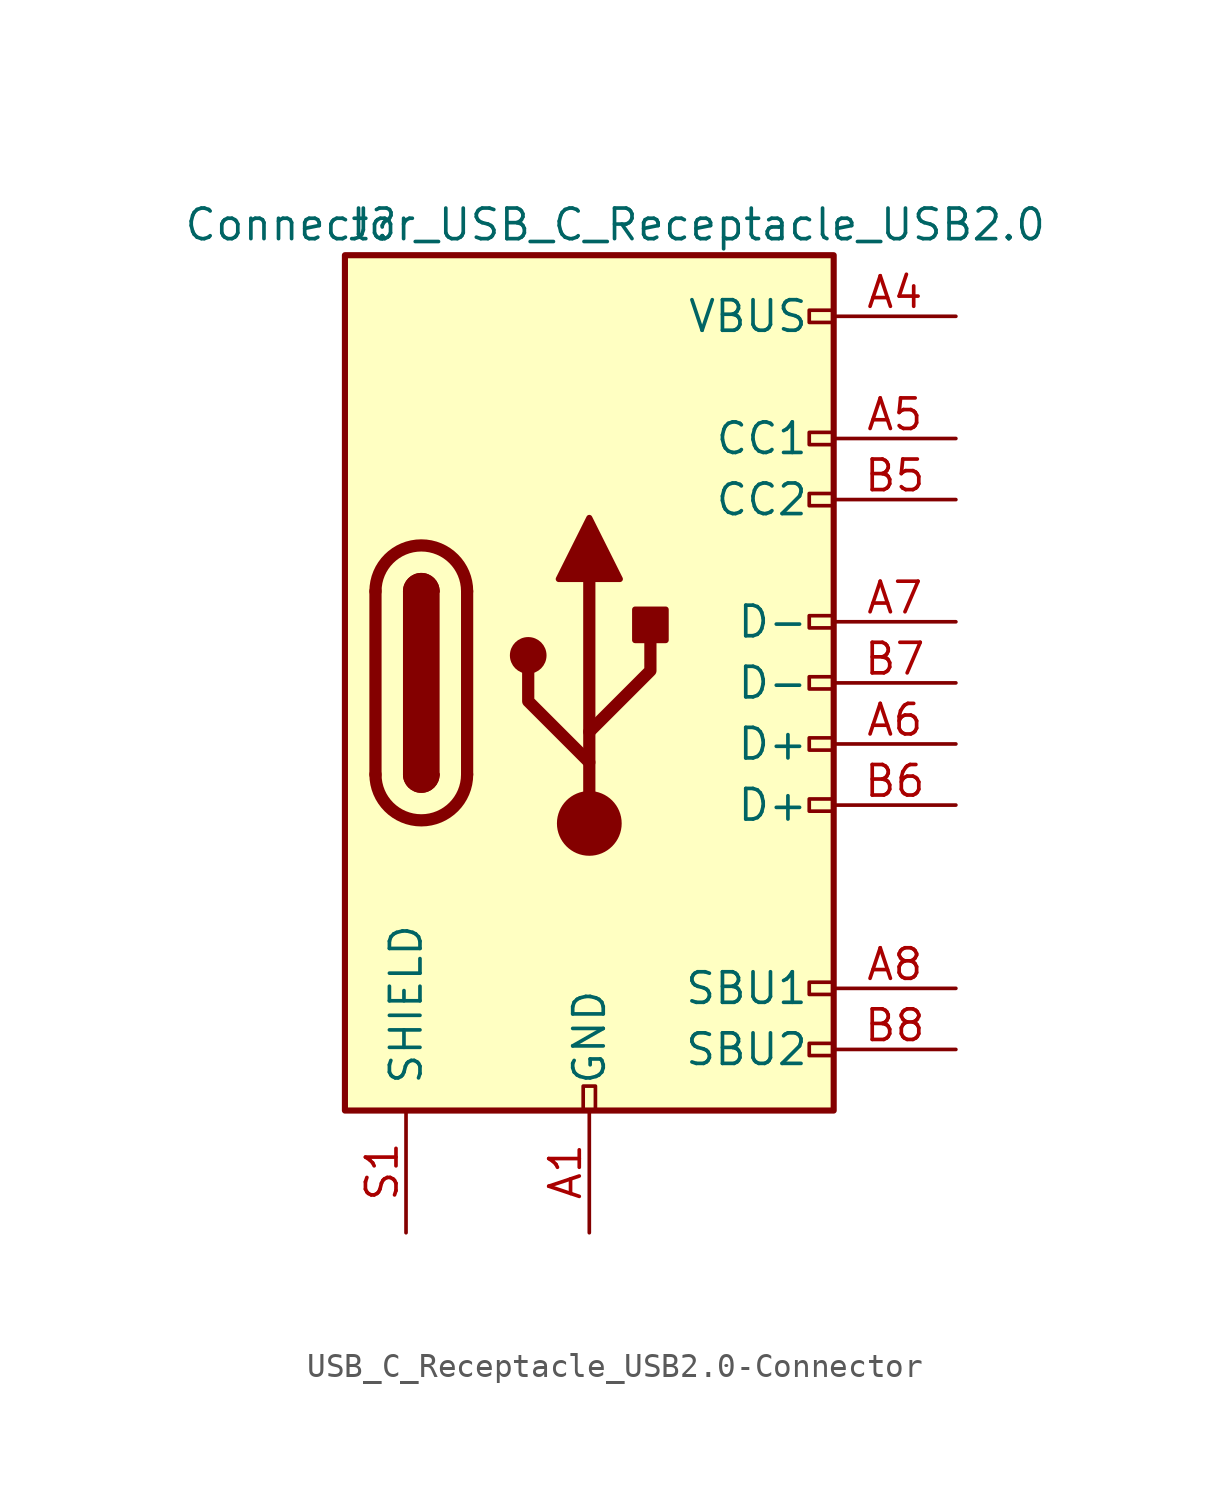
<source format=kicad_sym>
(kicad_symbol_lib
  (version 20231120)
  (generator "kicad_symbol_editor")
  (generator_version "8.0")
  (symbol "USB_C_Receptacle_USB2.0-Connector"
    (pin_names
      (offset 1.016))
    (property "Reference" "J"
      (at -10.16 19.05 0)
      (effects (font (size 1.27 1.27)) (justify left)))
    (property "Value" "Connector_USB_C_Receptacle_USB2.0"
      (at 19.05 19.05 0)
      (effects (font (size 1.27 1.27)) (justify right)))
    (symbol "USB_C_Receptacle_USB2.0-Connector_0_0"
      (rectangle (start -0.254 -17.78) (end 0.254 -16.764) (stroke (width 0) (type solid)) (fill (type none)))
      (rectangle (start 10.16 -14.986) (end 9.144 -15.494) (stroke (width 0) (type solid)) (fill (type none)))
      (rectangle (start 10.16 -12.446) (end 9.144 -12.954) (stroke (width 0) (type solid)) (fill (type none)))
      (rectangle (start 10.16 -4.826) (end 9.144 -5.334) (stroke (width 0) (type solid)) (fill (type none)))
      (rectangle (start 10.16 -2.286) (end 9.144 -2.794) (stroke (width 0) (type solid)) (fill (type none)))
      (rectangle (start 10.16 0.254) (end 9.144 -0.254) (stroke (width 0) (type solid)) (fill (type none)))
      (rectangle (start 10.16 2.794) (end 9.144 2.286) (stroke (width 0) (type solid)) (fill (type none)))
      (rectangle (start 10.16 7.874) (end 9.144 7.366) (stroke (width 0) (type solid)) (fill (type none)))
      (rectangle (start 10.16 10.414) (end 9.144 9.906) (stroke (width 0) (type solid)) (fill (type none)))
      (rectangle (start 10.16 15.494) (end 9.144 14.986) (stroke (width 0) (type solid)) (fill (type none))))
    (symbol "USB_C_Receptacle_USB2.0-Connector_0_1"
      (rectangle (start -10.16 17.78) (end 10.16 -17.78) (stroke (width 0.254) (type solid)) (fill (type background)))
      (arc (start -8.89 -3.81) (mid -6.985 -5.715) (end -5.08 -3.81) (stroke (width 0.508) (type solid)) (fill (type none)))
      (arc (start -7.62 -3.81) (mid -6.985 -4.445) (end -6.35 -3.81) (stroke (width 0.254) (type solid)) (fill (type none)))
      (arc (start -7.62 -3.81) (mid -6.985 -4.445) (end -6.35 -3.81) (stroke (width 0.254) (type solid)) (fill (type outline)))
      (rectangle (start -7.62 -3.81) (end -6.35 3.81) (stroke (width 0.254) (type solid)) (fill (type outline)))
      (arc (start -6.35 3.81) (mid -6.985 4.445) (end -7.62 3.81) (stroke (width 0.254) (type solid)) (fill (type none)))
      (arc (start -6.35 3.81) (mid -6.985 4.445) (end -7.62 3.81) (stroke (width 0.254) (type solid)) (fill (type outline)))
      (arc (start -5.08 3.81) (mid -6.985 5.715) (end -8.89 3.81) (stroke (width 0.508) (type solid)) (fill (type none)))
      (circle (center -2.54 1.143) (radius 0.635) (stroke (width 0.254) (type solid)) (fill (type outline)))
      (circle (center 0 -5.842) (radius 1.27) (stroke (width 0) (type solid)) (fill (type outline)))
      (polyline (pts (xy -8.89 -3.81) (xy -8.89 3.81)) (stroke (width 0.508) (type solid)) (fill (type none)))
      (polyline (pts (xy -5.08 3.81) (xy -5.08 -3.81)) (stroke (width 0.508) (type solid)) (fill (type none)))
      (polyline (pts (xy 0 -5.842) (xy 0 4.318)) (stroke (width 0.508) (type solid)) (fill (type none)))
      (polyline (pts (xy 0 -3.302) (xy -2.54 -0.762) (xy -2.54 0.508)) (stroke (width 0.508) (type solid)) (fill (type none)))
      (polyline (pts (xy 0 -2.032) (xy 2.54 0.508) (xy 2.54 1.778)) (stroke (width 0.508) (type solid)) (fill (type none)))
      (polyline (pts (xy -1.27 4.318) (xy 0 6.858) (xy 1.27 4.318) (xy -1.27 4.318)) (stroke (width 0.254) (type solid)) (fill (type outline)))
      (rectangle (start 1.905 1.778) (end 3.175 3.048) (stroke (width 0.254) (type solid)) (fill (type outline))))
    (symbol "USB_C_Receptacle_USB2.0-Connector_1_1"
      (pin power_in line (at 0 -22.86 90) (length 5.08) (name "GND" (effects (font (size 1.27 1.27)))) (number "A1" (effects (font (size 1.27 1.27)))))
      (pin power_in line (at 0 -22.86 90) (length 5.08) hide (name "GND" (effects (font (size 1.27 1.27)))) (number "A12" (effects (font (size 1.27 1.27)))))
      (pin power_in line (at 15.24 15.24 180) (length 5.08) (name "VBUS" (effects (font (size 1.27 1.27)))) (number "A4" (effects (font (size 1.27 1.27)))))
      (pin bidirectional line (at 15.24 10.16 180) (length 5.08) (name "CC1" (effects (font (size 1.27 1.27)))) (number "A5" (effects (font (size 1.27 1.27)))))
      (pin bidirectional line (at 15.24 -2.54 180) (length 5.08) (name "D+" (effects (font (size 1.27 1.27)))) (number "A6" (effects (font (size 1.27 1.27)))))
      (pin bidirectional line (at 15.24 2.54 180) (length 5.08) (name "D-" (effects (font (size 1.27 1.27)))) (number "A7" (effects (font (size 1.27 1.27)))))
      (pin bidirectional line (at 15.24 -12.7 180) (length 5.08) (name "SBU1" (effects (font (size 1.27 1.27)))) (number "A8" (effects (font (size 1.27 1.27)))))
      (pin power_in line (at 15.24 15.24 180) (length 5.08) hide (name "VBUS" (effects (font (size 1.27 1.27)))) (number "A9" (effects (font (size 1.27 1.27)))))
      (pin power_in line (at 0 -22.86 90) (length 5.08) hide (name "GND" (effects (font (size 1.27 1.27)))) (number "B1" (effects (font (size 1.27 1.27)))))
      (pin power_in line (at 0 -22.86 90) (length 5.08) hide (name "GND" (effects (font (size 1.27 1.27)))) (number "B12" (effects (font (size 1.27 1.27)))))
      (pin power_in line (at 15.24 15.24 180) (length 5.08) hide (name "VBUS" (effects (font (size 1.27 1.27)))) (number "B4" (effects (font (size 1.27 1.27)))))
      (pin bidirectional line (at 15.24 7.62 180) (length 5.08) (name "CC2" (effects (font (size 1.27 1.27)))) (number "B5" (effects (font (size 1.27 1.27)))))
      (pin bidirectional line (at 15.24 -5.08 180) (length 5.08) (name "D+" (effects (font (size 1.27 1.27)))) (number "B6" (effects (font (size 1.27 1.27)))))
      (pin bidirectional line (at 15.24 0 180) (length 5.08) (name "D-" (effects (font (size 1.27 1.27)))) (number "B7" (effects (font (size 1.27 1.27)))))
      (pin bidirectional line (at 15.24 -15.24 180) (length 5.08) (name "SBU2" (effects (font (size 1.27 1.27)))) (number "B8" (effects (font (size 1.27 1.27)))))
      (pin power_in line (at 15.24 15.24 180) (length 5.08) hide (name "VBUS" (effects (font (size 1.27 1.27)))) (number "B9" (effects (font (size 1.27 1.27)))))
      (pin passive line (at -7.62 -22.86 90) (length 5.08) (name "SHIELD" (effects (font (size 1.27 1.27)))) (number "S1" (effects (font (size 1.27 1.27))))))))
</source>
